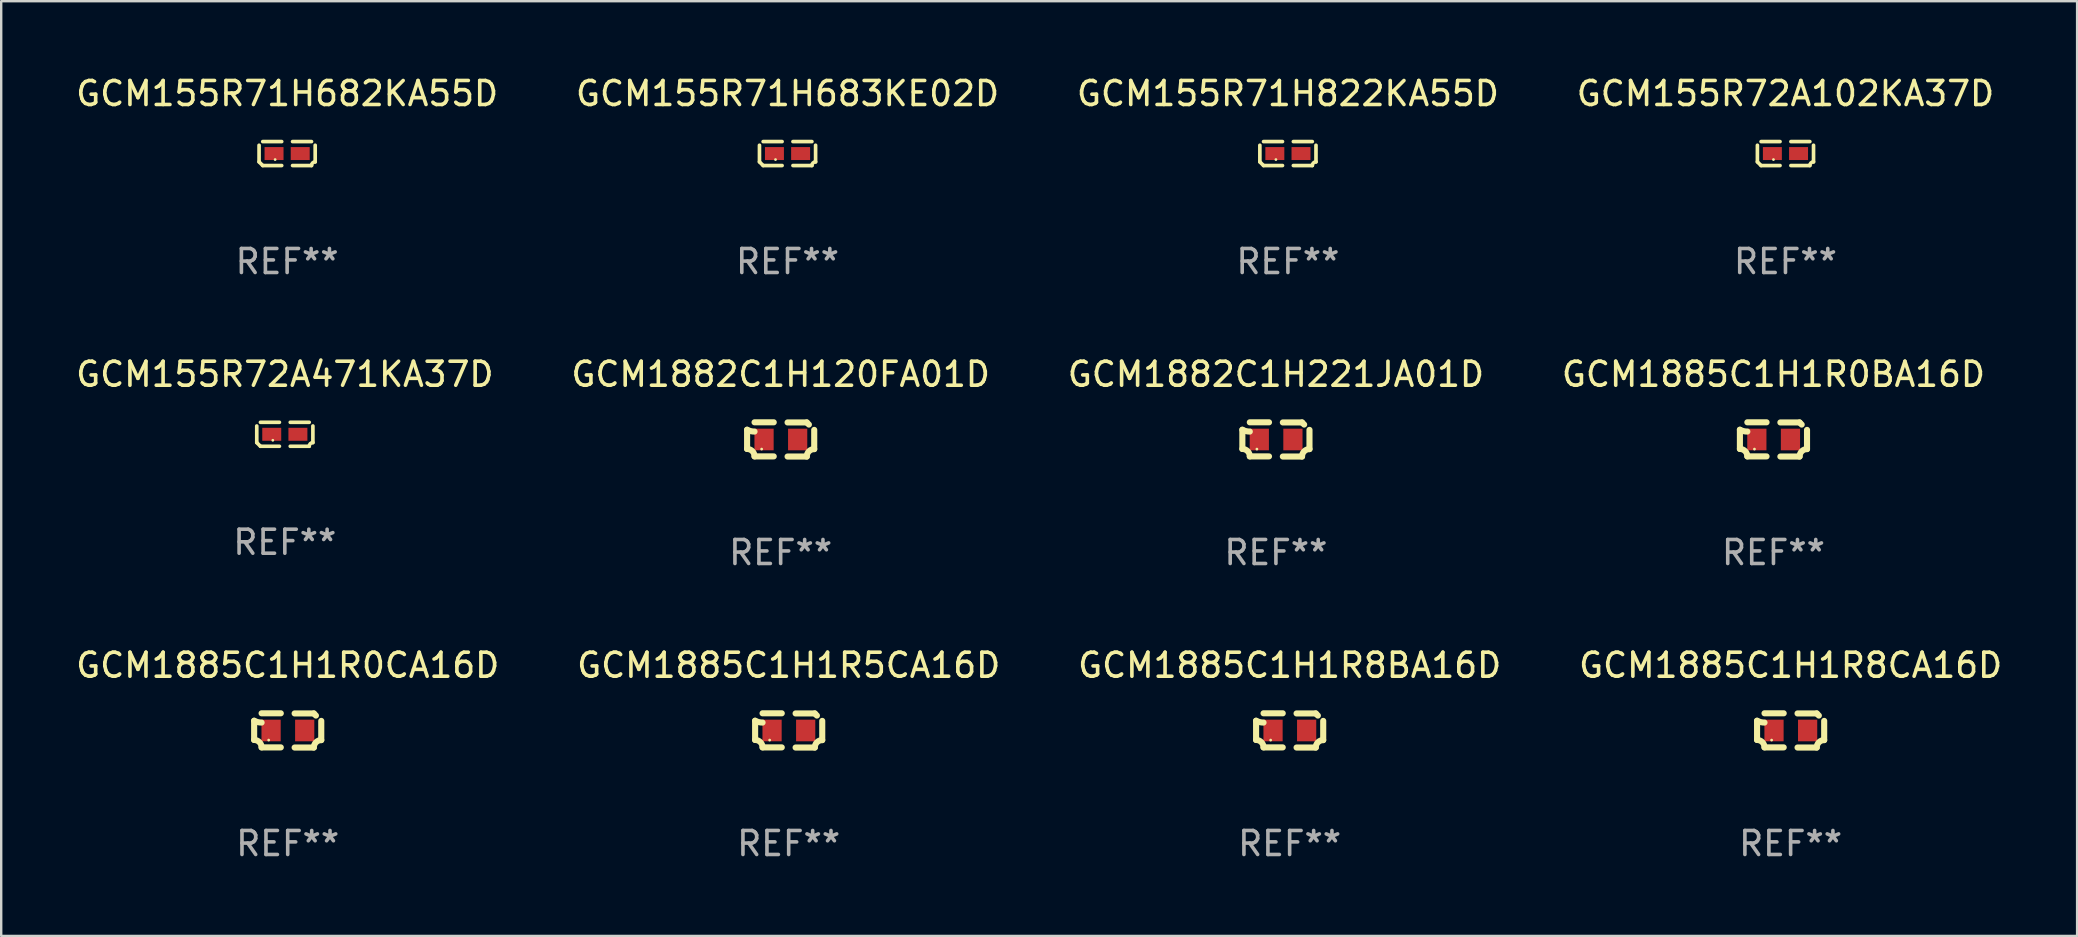
<source format=kicad_pcb>
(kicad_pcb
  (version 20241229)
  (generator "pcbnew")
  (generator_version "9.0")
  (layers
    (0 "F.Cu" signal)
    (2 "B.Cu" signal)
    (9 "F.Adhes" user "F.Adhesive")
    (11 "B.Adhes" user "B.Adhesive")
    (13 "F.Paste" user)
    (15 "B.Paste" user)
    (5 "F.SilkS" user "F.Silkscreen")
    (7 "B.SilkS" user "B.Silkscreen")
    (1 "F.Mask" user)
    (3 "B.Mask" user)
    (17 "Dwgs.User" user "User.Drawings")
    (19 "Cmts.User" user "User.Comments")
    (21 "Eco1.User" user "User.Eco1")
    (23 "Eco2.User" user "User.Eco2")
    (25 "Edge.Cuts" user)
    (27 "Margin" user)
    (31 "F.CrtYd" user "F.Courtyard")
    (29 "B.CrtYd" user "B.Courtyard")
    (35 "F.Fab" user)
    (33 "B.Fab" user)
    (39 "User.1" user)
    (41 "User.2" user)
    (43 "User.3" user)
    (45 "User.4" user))
  (footprint "GCM1885C1H1R5CA16D"
    (layer "F.Cu")
    (at 29.804 27.377)
    (property "Reference" "GCM1885C1H1R5CA16D" (at 0 -2.713 0) (layer "F.SilkS") (effects (font (size 1 1) (thickness 0.15))))
    (attr through_hole)
    (fp_line (start -1.398 -0.403) (end -1.398 0.397) (stroke (width 0.254) (type solid)) (layer "F.SilkS"))
    (fp_line (start -0.288 -0.713) (end -1.088 -0.713) (stroke (width 0.254) (type solid)) (layer "F.SilkS"))
    (fp_line (start -0.288 0.707) (end -1.088 0.707) (stroke (width 0.254) (type solid)) (layer "F.SilkS"))
    (fp_line (start 0.288 -0.707) (end 1.088 -0.707) (stroke (width 0.254) (type solid)) (layer "F.SilkS"))
    (fp_line (start 0.288 0.713) (end 1.088 0.713) (stroke (width 0.254) (type solid)) (layer "F.SilkS"))
    (fp_line (start 1.398 -0.397) (end 1.398 0.403) (stroke (width 0.254) (type solid)) (layer "F.SilkS"))
    (fp_arc (start -1.397789 0.397066) (mid -1.178701 0.487826) (end -1.08796 0.706922) (stroke (width 0.254001) (type solid)) (layer "F.SilkS"))
    (fp_arc (start -1.08796 -0.327176) (mid -1.247436 -0.346384) (end -1.39779 -0.402908) (stroke (width 0.254001) (type solid)) (layer "F.SilkS"))
    (fp_arc (start 1.087909 0.712738) (mid 1.178656 0.493655) (end 1.397739 0.402908) (stroke (width 0.254001) (type solid)) (layer "F.SilkS"))
    (fp_arc (start 1.175925 -0.618926) (mid 1.131917 -0.662923) (end 1.08791 -0.706922) (stroke (width 0.254001) (type solid)) (layer "F.SilkS"))
    (fp_circle (center -0.792 0.403) (end -0.762 0.403) (stroke (width 0.06) (type solid)) (fill no) (layer "F.SilkS"))
    (fp_text user "REF**" (at 0 4.713 0) (layer "F.Fab") (effects (font (size 1 1) (thickness 0.15))))
    (pad "1" smd rect (at -0.692 0.003) (size 0.8 0.9) (layers "F.Cu" "F.Mask" "F.Paste"))
    (pad "2" smd rect (at 0.708 0.003) (size 0.8 0.9) (layers "F.Cu" "F.Mask" "F.Paste")))
  (footprint "GCM1885C1H1R0CA16D"
    (layer "F.Cu")
    (at 8.935 27.377)
    (property "Reference" "GCM1885C1H1R0CA16D" (at 0 -2.713 0) (layer "F.SilkS") (effects (font (size 1 1) (thickness 0.15))))
    (attr through_hole)
    (fp_line (start -1.398 -0.403) (end -1.398 0.397) (stroke (width 0.254) (type solid)) (layer "F.SilkS"))
    (fp_line (start -0.288 -0.713) (end -1.088 -0.713) (stroke (width 0.254) (type solid)) (layer "F.SilkS"))
    (fp_line (start -0.288 0.707) (end -1.088 0.707) (stroke (width 0.254) (type solid)) (layer "F.SilkS"))
    (fp_line (start 0.288 -0.707) (end 1.088 -0.707) (stroke (width 0.254) (type solid)) (layer "F.SilkS"))
    (fp_line (start 0.288 0.713) (end 1.088 0.713) (stroke (width 0.254) (type solid)) (layer "F.SilkS"))
    (fp_line (start 1.398 -0.397) (end 1.398 0.403) (stroke (width 0.254) (type solid)) (layer "F.SilkS"))
    (fp_arc (start -1.397789 0.397066) (mid -1.178701 0.487826) (end -1.08796 0.706922) (stroke (width 0.254001) (type solid)) (layer "F.SilkS"))
    (fp_arc (start -1.08796 -0.327176) (mid -1.247436 -0.346384) (end -1.39779 -0.402908) (stroke (width 0.254001) (type solid)) (layer "F.SilkS"))
    (fp_arc (start 1.087909 0.712738) (mid 1.178656 0.493655) (end 1.397739 0.402908) (stroke (width 0.254001) (type solid)) (layer "F.SilkS"))
    (fp_arc (start 1.175925 -0.618926) (mid 1.131917 -0.662923) (end 1.08791 -0.706922) (stroke (width 0.254001) (type solid)) (layer "F.SilkS"))
    (fp_circle (center -0.792 0.403) (end -0.762 0.403) (stroke (width 0.06) (type solid)) (fill no) (layer "F.SilkS"))
    (fp_text user "REF**" (at 0 4.713 0) (layer "F.Fab") (effects (font (size 1 1) (thickness 0.15))))
    (pad "1" smd rect (at -0.692 0.003) (size 0.8 0.9) (layers "F.Cu" "F.Mask" "F.Paste"))
    (pad "2" smd rect (at 0.708 0.003) (size 0.8 0.9) (layers "F.Cu" "F.Mask" "F.Paste")))
  (footprint "GCM1885C1H1R8CA16D"
    (layer "F.Cu")
    (at 71.542 27.377)
    (property "Reference" "GCM1885C1H1R8CA16D" (at 0 -2.713 0) (layer "F.SilkS") (effects (font (size 1 1) (thickness 0.15))))
    (attr through_hole)
    (fp_line (start -1.398 -0.403) (end -1.398 0.397) (stroke (width 0.254) (type solid)) (layer "F.SilkS"))
    (fp_line (start -0.288 -0.713) (end -1.088 -0.713) (stroke (width 0.254) (type solid)) (layer "F.SilkS"))
    (fp_line (start -0.288 0.707) (end -1.088 0.707) (stroke (width 0.254) (type solid)) (layer "F.SilkS"))
    (fp_line (start 0.288 -0.707) (end 1.088 -0.707) (stroke (width 0.254) (type solid)) (layer "F.SilkS"))
    (fp_line (start 0.288 0.713) (end 1.088 0.713) (stroke (width 0.254) (type solid)) (layer "F.SilkS"))
    (fp_line (start 1.398 -0.397) (end 1.398 0.403) (stroke (width 0.254) (type solid)) (layer "F.SilkS"))
    (fp_arc (start -1.397789 0.397066) (mid -1.178701 0.487826) (end -1.08796 0.706922) (stroke (width 0.254001) (type solid)) (layer "F.SilkS"))
    (fp_arc (start -1.08796 -0.327176) (mid -1.247436 -0.346384) (end -1.39779 -0.402908) (stroke (width 0.254001) (type solid)) (layer "F.SilkS"))
    (fp_arc (start 1.087909 0.712738) (mid 1.178656 0.493655) (end 1.397739 0.402908) (stroke (width 0.254001) (type solid)) (layer "F.SilkS"))
    (fp_arc (start 1.175925 -0.618926) (mid 1.131917 -0.662923) (end 1.08791 -0.706922) (stroke (width 0.254001) (type solid)) (layer "F.SilkS"))
    (fp_circle (center -0.792 0.403) (end -0.762 0.403) (stroke (width 0.06) (type solid)) (fill no) (layer "F.SilkS"))
    (fp_text user "REF**" (at 0 4.713 0) (layer "F.Fab") (effects (font (size 1 1) (thickness 0.15))))
    (pad "1" smd rect (at -0.692 0.003) (size 0.8 0.9) (layers "F.Cu" "F.Mask" "F.Paste"))
    (pad "2" smd rect (at 0.708 0.003) (size 0.8 0.9) (layers "F.Cu" "F.Mask" "F.Paste")))
  (footprint "GCM1885C1H1R0BA16D"
    (layer "F.Cu")
    (at 70.827 15.255)
    (property "Reference" "GCM1885C1H1R0BA16D" (at 0 -2.713 0) (layer "F.SilkS") (effects (font (size 1 1) (thickness 0.15))))
    (attr through_hole)
    (fp_line (start -1.398 -0.403) (end -1.398 0.397) (stroke (width 0.254) (type solid)) (layer "F.SilkS"))
    (fp_line (start -0.288 -0.713) (end -1.088 -0.713) (stroke (width 0.254) (type solid)) (layer "F.SilkS"))
    (fp_line (start -0.288 0.707) (end -1.088 0.707) (stroke (width 0.254) (type solid)) (layer "F.SilkS"))
    (fp_line (start 0.288 -0.707) (end 1.088 -0.707) (stroke (width 0.254) (type solid)) (layer "F.SilkS"))
    (fp_line (start 0.288 0.713) (end 1.088 0.713) (stroke (width 0.254) (type solid)) (layer "F.SilkS"))
    (fp_line (start 1.398 -0.397) (end 1.398 0.403) (stroke (width 0.254) (type solid)) (layer "F.SilkS"))
    (fp_arc (start -1.397789 0.397066) (mid -1.178701 0.487826) (end -1.08796 0.706922) (stroke (width 0.254001) (type solid)) (layer "F.SilkS"))
    (fp_arc (start -1.08796 -0.327176) (mid -1.247436 -0.346384) (end -1.39779 -0.402908) (stroke (width 0.254001) (type solid)) (layer "F.SilkS"))
    (fp_arc (start 1.087909 0.712738) (mid 1.178656 0.493655) (end 1.397739 0.402908) (stroke (width 0.254001) (type solid)) (layer "F.SilkS"))
    (fp_arc (start 1.175925 -0.618926) (mid 1.131917 -0.662923) (end 1.08791 -0.706922) (stroke (width 0.254001) (type solid)) (layer "F.SilkS"))
    (fp_circle (center -0.792 0.403) (end -0.762 0.403) (stroke (width 0.06) (type solid)) (fill no) (layer "F.SilkS"))
    (fp_text user "REF**" (at 0 4.713 0) (layer "F.Fab") (effects (font (size 1 1) (thickness 0.15))))
    (pad "1" smd rect (at -0.692 0.003) (size 0.8 0.9) (layers "F.Cu" "F.Mask" "F.Paste"))
    (pad "2" smd rect (at 0.708 0.003) (size 0.8 0.9) (layers "F.Cu" "F.Mask" "F.Paste")))
  (footprint "GCM1882C1H221JA01D"
    (layer "F.Cu")
    (at 50.101 15.255)
    (property "Reference" "GCM1882C1H221JA01D" (at 0 -2.713 0) (layer "F.SilkS") (effects (font (size 1 1) (thickness 0.15))))
    (attr through_hole)
    (fp_line (start -1.398 -0.403) (end -1.398 0.397) (stroke (width 0.254) (type solid)) (layer "F.SilkS"))
    (fp_line (start -0.288 -0.713) (end -1.088 -0.713) (stroke (width 0.254) (type solid)) (layer "F.SilkS"))
    (fp_line (start -0.288 0.707) (end -1.088 0.707) (stroke (width 0.254) (type solid)) (layer "F.SilkS"))
    (fp_line (start 0.288 -0.707) (end 1.088 -0.707) (stroke (width 0.254) (type solid)) (layer "F.SilkS"))
    (fp_line (start 0.288 0.713) (end 1.088 0.713) (stroke (width 0.254) (type solid)) (layer "F.SilkS"))
    (fp_line (start 1.398 -0.397) (end 1.398 0.403) (stroke (width 0.254) (type solid)) (layer "F.SilkS"))
    (fp_arc (start -1.397789 0.397066) (mid -1.178701 0.487826) (end -1.08796 0.706922) (stroke (width 0.254001) (type solid)) (layer "F.SilkS"))
    (fp_arc (start -1.08796 -0.327176) (mid -1.247436 -0.346384) (end -1.39779 -0.402908) (stroke (width 0.254001) (type solid)) (layer "F.SilkS"))
    (fp_arc (start 1.087909 0.712738) (mid 1.178656 0.493655) (end 1.397739 0.402908) (stroke (width 0.254001) (type solid)) (layer "F.SilkS"))
    (fp_arc (start 1.175925 -0.618926) (mid 1.131917 -0.662923) (end 1.08791 -0.706922) (stroke (width 0.254001) (type solid)) (layer "F.SilkS"))
    (fp_circle (center -0.792 0.403) (end -0.762 0.403) (stroke (width 0.06) (type solid)) (fill no) (layer "F.SilkS"))
    (fp_text user "REF**" (at 0 4.713 0) (layer "F.Fab") (effects (font (size 1 1) (thickness 0.15))))
    (pad "1" smd rect (at -0.692 0.003) (size 0.8 0.9) (layers "F.Cu" "F.Mask" "F.Paste"))
    (pad "2" smd rect (at 0.708 0.003) (size 0.8 0.9) (layers "F.Cu" "F.Mask" "F.Paste")))
  (footprint "GCM155R71H682KA55D"
    (layer "F.Cu")
    (at 8.911 3.347)
    (property "Reference" "GCM155R71H682KA55D" (at 0 -2.499 0) (layer "F.SilkS") (effects (font (size 1 1) (thickness 0.15))))
    (attr through_hole)
    (fp_line (start -1.169 0.346) (end -1.169 -0.346) (stroke (width 0.152) (type solid)) (layer "F.SilkS"))
    (fp_line (start -1.016 -0.499) (end -0.226 -0.499) (stroke (width 0.152) (type solid)) (layer "F.SilkS"))
    (fp_line (start -0.226 0.499) (end -1.016 0.499) (stroke (width 0.152) (type solid)) (layer "F.SilkS"))
    (fp_line (start 0.226 0.499) (end 1.016 0.499) (stroke (width 0.152) (type solid)) (layer "F.SilkS"))
    (fp_line (start 1.016 -0.499) (end 0.226 -0.499) (stroke (width 0.152) (type solid)) (layer "F.SilkS"))
    (fp_line (start 1.169 0.346) (end 1.169 -0.346) (stroke (width 0.152) (type solid)) (layer "F.SilkS"))
    (fp_arc (start -1.016307 0.498603) (mid -1.092512 0.422405) (end -1.16871 0.3462) (stroke (width 0.1524) (type solid)) (layer "F.SilkS"))
    (fp_arc (start 1.016307 0.498603) (mid 1.060899 0.390758) (end 1.168707 0.346076) (stroke (width 0.1524) (type solid)) (layer "F.SilkS"))
    (fp_circle (center -0.5 0.25) (end -0.47 0.25) (stroke (width 0.06) (type solid)) (fill no) (layer "F.SilkS"))
    (fp_text user "REF**" (at 0 4.499 0) (layer "F.Fab") (effects (font (size 1 1) (thickness 0.15))))
    (pad "1" smd rect (at -0.545 0) (size 0.79 0.54) (layers "F.Cu" "F.Mask" "F.Paste"))
    (pad "2" smd rect (at 0.545 0) (size 0.79 0.54) (layers "F.Cu" "F.Mask" "F.Paste")))
  (footprint "GCM1882C1H120FA01D"
    (layer "F.Cu")
    (at 29.47 15.255)
    (property "Reference" "GCM1882C1H120FA01D" (at 0 -2.713 0) (layer "F.SilkS") (effects (font (size 1 1) (thickness 0.15))))
    (attr through_hole)
    (fp_line (start -1.398 -0.403) (end -1.398 0.397) (stroke (width 0.254) (type solid)) (layer "F.SilkS"))
    (fp_line (start -0.288 -0.713) (end -1.088 -0.713) (stroke (width 0.254) (type solid)) (layer "F.SilkS"))
    (fp_line (start -0.288 0.707) (end -1.088 0.707) (stroke (width 0.254) (type solid)) (layer "F.SilkS"))
    (fp_line (start 0.288 -0.707) (end 1.088 -0.707) (stroke (width 0.254) (type solid)) (layer "F.SilkS"))
    (fp_line (start 0.288 0.713) (end 1.088 0.713) (stroke (width 0.254) (type solid)) (layer "F.SilkS"))
    (fp_line (start 1.398 -0.397) (end 1.398 0.403) (stroke (width 0.254) (type solid)) (layer "F.SilkS"))
    (fp_arc (start -1.397789 0.397066) (mid -1.178701 0.487826) (end -1.08796 0.706922) (stroke (width 0.254001) (type solid)) (layer "F.SilkS"))
    (fp_arc (start -1.08796 -0.327176) (mid -1.247436 -0.346384) (end -1.39779 -0.402908) (stroke (width 0.254001) (type solid)) (layer "F.SilkS"))
    (fp_arc (start 1.087909 0.712738) (mid 1.178656 0.493655) (end 1.397739 0.402908) (stroke (width 0.254001) (type solid)) (layer "F.SilkS"))
    (fp_arc (start 1.175925 -0.618926) (mid 1.131917 -0.662923) (end 1.08791 -0.706922) (stroke (width 0.254001) (type solid)) (layer "F.SilkS"))
    (fp_circle (center -0.792 0.403) (end -0.762 0.403) (stroke (width 0.06) (type solid)) (fill no) (layer "F.SilkS"))
    (fp_text user "REF**" (at 0 4.713 0) (layer "F.Fab") (effects (font (size 1 1) (thickness 0.15))))
    (pad "1" smd rect (at -0.692 0.003) (size 0.8 0.9) (layers "F.Cu" "F.Mask" "F.Paste"))
    (pad "2" smd rect (at 0.708 0.003) (size 0.8 0.9) (layers "F.Cu" "F.Mask" "F.Paste")))
  (footprint "GCM155R72A102KA37D"
    (layer "F.Cu")
    (at 71.327 3.347)
    (property "Reference" "GCM155R72A102KA37D" (at 0 -2.499 0) (layer "F.SilkS") (effects (font (size 1 1) (thickness 0.15))))
    (attr through_hole)
    (fp_line (start -1.169 0.346) (end -1.169 -0.346) (stroke (width 0.152) (type solid)) (layer "F.SilkS"))
    (fp_line (start -1.016 -0.499) (end -0.226 -0.499) (stroke (width 0.152) (type solid)) (layer "F.SilkS"))
    (fp_line (start -0.226 0.499) (end -1.016 0.499) (stroke (width 0.152) (type solid)) (layer "F.SilkS"))
    (fp_line (start 0.226 0.499) (end 1.016 0.499) (stroke (width 0.152) (type solid)) (layer "F.SilkS"))
    (fp_line (start 1.016 -0.499) (end 0.226 -0.499) (stroke (width 0.152) (type solid)) (layer "F.SilkS"))
    (fp_line (start 1.169 0.346) (end 1.169 -0.346) (stroke (width 0.152) (type solid)) (layer "F.SilkS"))
    (fp_arc (start -1.016307 0.498603) (mid -1.092512 0.422405) (end -1.16871 0.3462) (stroke (width 0.1524) (type solid)) (layer "F.SilkS"))
    (fp_arc (start 1.016307 0.498603) (mid 1.060899 0.390758) (end 1.168707 0.346076) (stroke (width 0.1524) (type solid)) (layer "F.SilkS"))
    (fp_circle (center -0.5 0.25) (end -0.47 0.25) (stroke (width 0.06) (type solid)) (fill no) (layer "F.SilkS"))
    (fp_text user "REF**" (at 0 4.499 0) (layer "F.Fab") (effects (font (size 1 1) (thickness 0.15))))
    (pad "1" smd rect (at -0.545 0) (size 0.79 0.54) (layers "F.Cu" "F.Mask" "F.Paste"))
    (pad "2" smd rect (at 0.545 0) (size 0.79 0.54) (layers "F.Cu" "F.Mask" "F.Paste")))
  (footprint "GCM155R72A471KA37D"
    (layer "F.Cu")
    (at 8.815 15.041)
    (property "Reference" "GCM155R72A471KA37D" (at 0 -2.499 0) (layer "F.SilkS") (effects (font (size 1 1) (thickness 0.15))))
    (attr through_hole)
    (fp_line (start -1.169 0.346) (end -1.169 -0.346) (stroke (width 0.152) (type solid)) (layer "F.SilkS"))
    (fp_line (start -1.016 -0.499) (end -0.226 -0.499) (stroke (width 0.152) (type solid)) (layer "F.SilkS"))
    (fp_line (start -0.226 0.499) (end -1.016 0.499) (stroke (width 0.152) (type solid)) (layer "F.SilkS"))
    (fp_line (start 0.226 0.499) (end 1.016 0.499) (stroke (width 0.152) (type solid)) (layer "F.SilkS"))
    (fp_line (start 1.016 -0.499) (end 0.226 -0.499) (stroke (width 0.152) (type solid)) (layer "F.SilkS"))
    (fp_line (start 1.169 0.346) (end 1.169 -0.346) (stroke (width 0.152) (type solid)) (layer "F.SilkS"))
    (fp_arc (start -1.016307 0.498603) (mid -1.092512 0.422405) (end -1.16871 0.3462) (stroke (width 0.1524) (type solid)) (layer "F.SilkS"))
    (fp_arc (start 1.016307 0.498603) (mid 1.060899 0.390758) (end 1.168707 0.346076) (stroke (width 0.1524) (type solid)) (layer "F.SilkS"))
    (fp_circle (center -0.5 0.25) (end -0.47 0.25) (stroke (width 0.06) (type solid)) (fill no) (layer "F.SilkS"))
    (fp_text user "REF**" (at 0 4.499 0) (layer "F.Fab") (effects (font (size 1 1) (thickness 0.15))))
    (pad "1" smd rect (at -0.545 0) (size 0.79 0.54) (layers "F.Cu" "F.Mask" "F.Paste"))
    (pad "2" smd rect (at 0.545 0) (size 0.79 0.54) (layers "F.Cu" "F.Mask" "F.Paste")))
  (footprint "GCM1885C1H1R8BA16D"
    (layer "F.Cu")
    (at 50.673 27.377)
    (property "Reference" "GCM1885C1H1R8BA16D" (at 0 -2.713 0) (layer "F.SilkS") (effects (font (size 1 1) (thickness 0.15))))
    (attr through_hole)
    (fp_line (start -1.398 -0.403) (end -1.398 0.397) (stroke (width 0.254) (type solid)) (layer "F.SilkS"))
    (fp_line (start -0.288 -0.713) (end -1.088 -0.713) (stroke (width 0.254) (type solid)) (layer "F.SilkS"))
    (fp_line (start -0.288 0.707) (end -1.088 0.707) (stroke (width 0.254) (type solid)) (layer "F.SilkS"))
    (fp_line (start 0.288 -0.707) (end 1.088 -0.707) (stroke (width 0.254) (type solid)) (layer "F.SilkS"))
    (fp_line (start 0.288 0.713) (end 1.088 0.713) (stroke (width 0.254) (type solid)) (layer "F.SilkS"))
    (fp_line (start 1.398 -0.397) (end 1.398 0.403) (stroke (width 0.254) (type solid)) (layer "F.SilkS"))
    (fp_arc (start -1.397789 0.397066) (mid -1.178701 0.487826) (end -1.08796 0.706922) (stroke (width 0.254001) (type solid)) (layer "F.SilkS"))
    (fp_arc (start -1.08796 -0.327176) (mid -1.247436 -0.346384) (end -1.39779 -0.402908) (stroke (width 0.254001) (type solid)) (layer "F.SilkS"))
    (fp_arc (start 1.087909 0.712738) (mid 1.178656 0.493655) (end 1.397739 0.402908) (stroke (width 0.254001) (type solid)) (layer "F.SilkS"))
    (fp_arc (start 1.175925 -0.618926) (mid 1.131917 -0.662923) (end 1.08791 -0.706922) (stroke (width 0.254001) (type solid)) (layer "F.SilkS"))
    (fp_circle (center -0.792 0.403) (end -0.762 0.403) (stroke (width 0.06) (type solid)) (fill no) (layer "F.SilkS"))
    (fp_text user "REF**" (at 0 4.713 0) (layer "F.Fab") (effects (font (size 1 1) (thickness 0.15))))
    (pad "1" smd rect (at -0.692 0.003) (size 0.8 0.9) (layers "F.Cu" "F.Mask" "F.Paste"))
    (pad "2" smd rect (at 0.708 0.003) (size 0.8 0.9) (layers "F.Cu" "F.Mask" "F.Paste")))
  (footprint "GCM155R71H822KA55D"
    (layer "F.Cu")
    (at 50.601 3.347)
    (property "Reference" "GCM155R71H822KA55D" (at 0 -2.499 0) (layer "F.SilkS") (effects (font (size 1 1) (thickness 0.15))))
    (attr through_hole)
    (fp_line (start -1.169 0.346) (end -1.169 -0.346) (stroke (width 0.152) (type solid)) (layer "F.SilkS"))
    (fp_line (start -1.016 -0.499) (end -0.226 -0.499) (stroke (width 0.152) (type solid)) (layer "F.SilkS"))
    (fp_line (start -0.226 0.499) (end -1.016 0.499) (stroke (width 0.152) (type solid)) (layer "F.SilkS"))
    (fp_line (start 0.226 0.499) (end 1.016 0.499) (stroke (width 0.152) (type solid)) (layer "F.SilkS"))
    (fp_line (start 1.016 -0.499) (end 0.226 -0.499) (stroke (width 0.152) (type solid)) (layer "F.SilkS"))
    (fp_line (start 1.169 0.346) (end 1.169 -0.346) (stroke (width 0.152) (type solid)) (layer "F.SilkS"))
    (fp_arc (start -1.016307 0.498603) (mid -1.092512 0.422405) (end -1.16871 0.3462) (stroke (width 0.1524) (type solid)) (layer "F.SilkS"))
    (fp_arc (start 1.016307 0.498603) (mid 1.060899 0.390758) (end 1.168707 0.346076) (stroke (width 0.1524) (type solid)) (layer "F.SilkS"))
    (fp_circle (center -0.5 0.25) (end -0.47 0.25) (stroke (width 0.06) (type solid)) (fill no) (layer "F.SilkS"))
    (fp_text user "REF**" (at 0 4.499 0) (layer "F.Fab") (effects (font (size 1 1) (thickness 0.15))))
    (pad "1" smd rect (at -0.545 0) (size 0.79 0.54) (layers "F.Cu" "F.Mask" "F.Paste"))
    (pad "2" smd rect (at 0.545 0) (size 0.79 0.54) (layers "F.Cu" "F.Mask" "F.Paste")))
  (footprint "GCM155R71H683KE02D"
    (layer "F.Cu")
    (at 29.756 3.347)
    (property "Reference" "GCM155R71H683KE02D" (at 0 -2.499 0) (layer "F.SilkS") (effects (font (size 1 1) (thickness 0.15))))
    (attr through_hole)
    (fp_line (start -1.169 0.346) (end -1.169 -0.346) (stroke (width 0.152) (type solid)) (layer "F.SilkS"))
    (fp_line (start -1.016 -0.499) (end -0.226 -0.499) (stroke (width 0.152) (type solid)) (layer "F.SilkS"))
    (fp_line (start -0.226 0.499) (end -1.016 0.499) (stroke (width 0.152) (type solid)) (layer "F.SilkS"))
    (fp_line (start 0.226 0.499) (end 1.016 0.499) (stroke (width 0.152) (type solid)) (layer "F.SilkS"))
    (fp_line (start 1.016 -0.499) (end 0.226 -0.499) (stroke (width 0.152) (type solid)) (layer "F.SilkS"))
    (fp_line (start 1.169 0.346) (end 1.169 -0.346) (stroke (width 0.152) (type solid)) (layer "F.SilkS"))
    (fp_arc (start -1.016307 0.498603) (mid -1.092512 0.422405) (end -1.16871 0.3462) (stroke (width 0.1524) (type solid)) (layer "F.SilkS"))
    (fp_arc (start 1.016307 0.498603) (mid 1.060899 0.390758) (end 1.168707 0.346076) (stroke (width 0.1524) (type solid)) (layer "F.SilkS"))
    (fp_circle (center -0.5 0.25) (end -0.47 0.25) (stroke (width 0.06) (type solid)) (fill no) (layer "F.SilkS"))
    (fp_text user "REF**" (at 0 4.499 0) (layer "F.Fab") (effects (font (size 1 1) (thickness 0.15))))
    (pad "1" smd rect (at -0.545 0) (size 0.79 0.54) (layers "F.Cu" "F.Mask" "F.Paste"))
    (pad "2" smd rect (at 0.545 0) (size 0.79 0.54) (layers "F.Cu" "F.Mask" "F.Paste")))
  (gr_rect
    (start -3 -3)
    (end 83.476 35.938)
    (stroke (width 0.1) (type default))
    (fill no)
    (layer "Edge.Cuts")))
</source>
